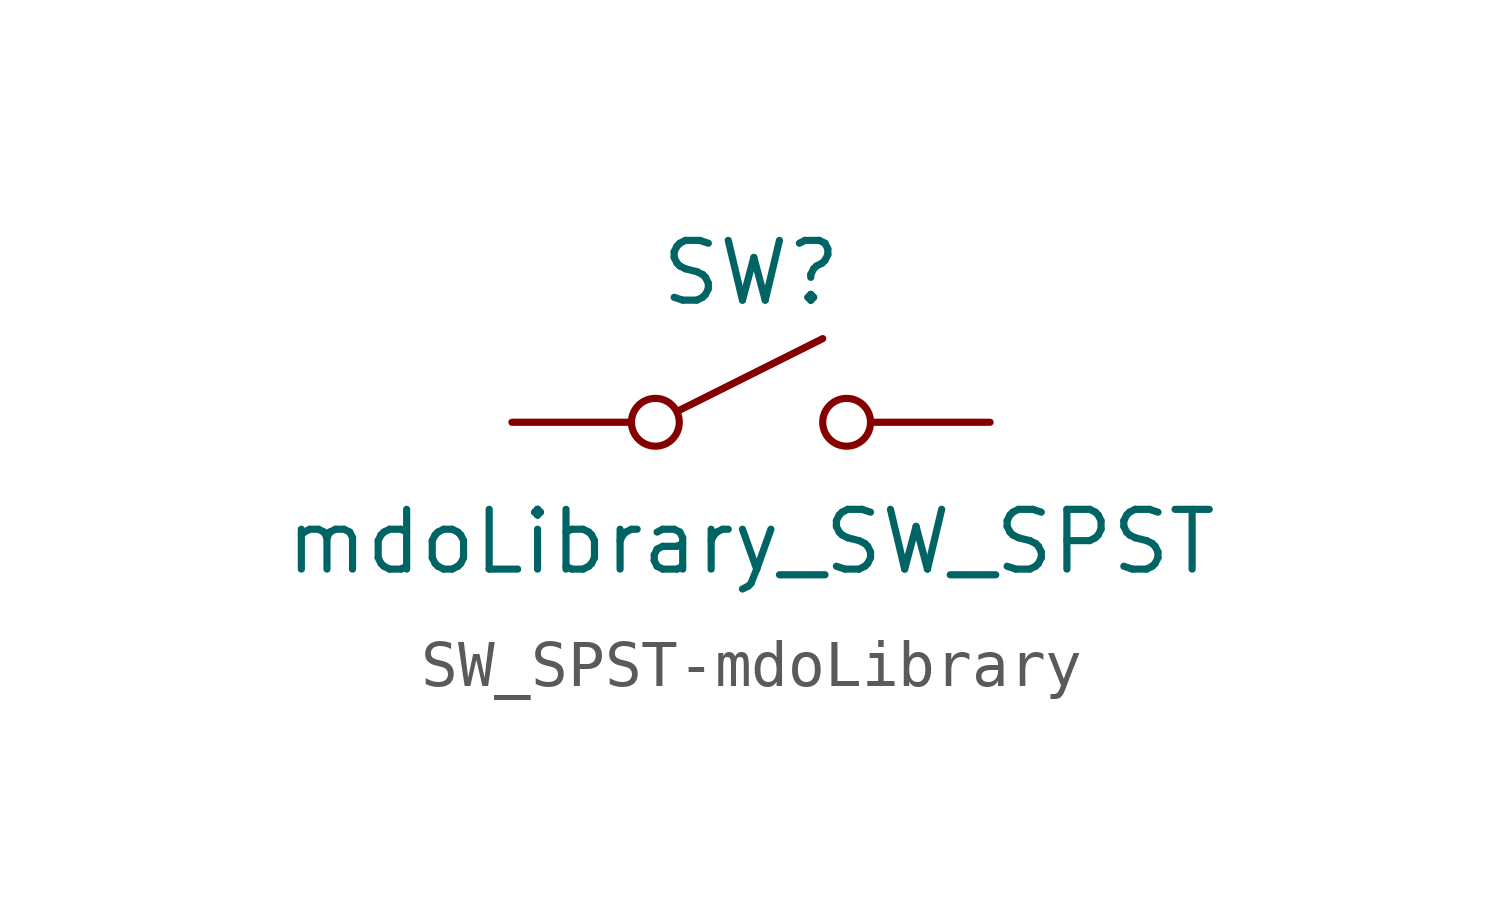
<source format=kicad_sym>
(kicad_symbol_lib
  (version 20220914)
  (generator kicad_symbol_editor)
  (symbol "SW_SPST-mdoLibrary"
    (pin_names
      (offset 0) hide)
    (property "Reference" "SW"
      (at 0 3.175 0)
      (effects (font (size 1.27 1.27))))
    (property "Value" "mdoLibrary_SW_SPST"
      (at 0 -2.54 0)
      (effects (font (size 1.27 1.27))))
    (symbol "SW_SPST-mdoLibrary_0_0"
      (circle (center -2.032 0) (radius 0.508) (stroke (width 0) (type solid)) (fill (type none)))
      (polyline (pts (xy -1.524 0.254) (xy 1.524 1.778)) (stroke (width 0) (type solid)) (fill (type none)))
      (circle (center 2.032 0) (radius 0.508) (stroke (width 0) (type solid)) (fill (type none))))
    (symbol "SW_SPST-mdoLibrary_1_1"
      (pin passive line (at -5.08 0 0) (length 2.54) (name "A" (effects (font (size 1.27 1.27)))) (number "~" (effects (font (size 1.27 1.27)))))
      (pin passive line (at 5.08 0 180) (length 2.54) (name "B" (effects (font (size 1.27 1.27)))) (number "~" (effects (font (size 1.27 1.27))))))))
</source>
